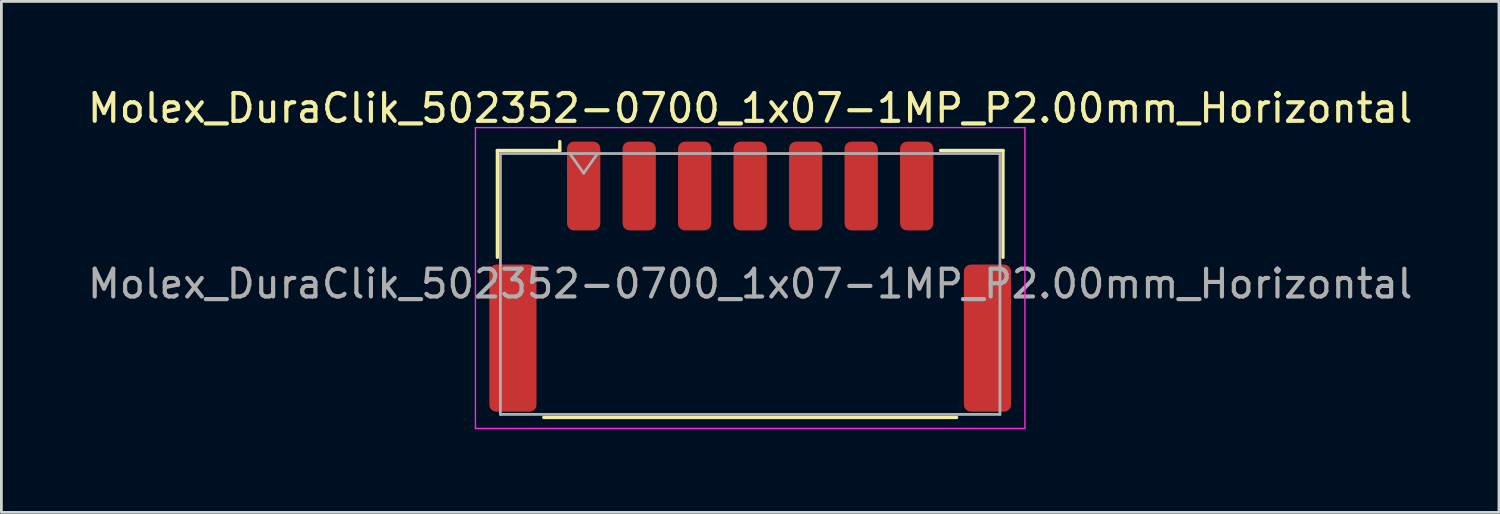
<source format=kicad_pcb>
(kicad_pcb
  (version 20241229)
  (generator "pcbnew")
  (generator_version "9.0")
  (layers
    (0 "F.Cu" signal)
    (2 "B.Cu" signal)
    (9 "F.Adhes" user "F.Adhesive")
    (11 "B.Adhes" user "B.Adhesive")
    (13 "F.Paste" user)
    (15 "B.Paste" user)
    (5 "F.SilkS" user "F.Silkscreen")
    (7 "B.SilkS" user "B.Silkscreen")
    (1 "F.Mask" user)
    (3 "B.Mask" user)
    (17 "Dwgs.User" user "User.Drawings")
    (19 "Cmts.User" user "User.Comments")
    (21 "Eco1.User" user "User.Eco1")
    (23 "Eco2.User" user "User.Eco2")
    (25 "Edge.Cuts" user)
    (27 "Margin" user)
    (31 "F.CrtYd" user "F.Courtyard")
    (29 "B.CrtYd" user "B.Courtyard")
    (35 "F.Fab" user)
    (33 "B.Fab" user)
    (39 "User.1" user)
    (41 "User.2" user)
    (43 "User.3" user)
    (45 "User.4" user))
  (footprint "Molex_DuraClik_502352-0700_1x07-1MP_P2.00mm_Horizontal"
    (layer "F.Cu")
    (at 23.982 6.918)
    (property "Reference" "Molex_DuraClik_502352-0700_1x07-1MP_P2.00mm_Horizontal" (at 0 -6.07 0) (layer "F.SilkS") (effects (font (size 1 1) (thickness 0.15))))
    (attr smd)
    (fp_line (start -9.11 -4.545) (end -6.86 -4.545) (stroke (width 0.12) (type solid)) (layer "F.SilkS"))
    (fp_line (start -9.11 -0.695) (end -9.11 -4.545) (stroke (width 0.12) (type solid)) (layer "F.SilkS"))
    (fp_line (start -7.44 5.075) (end 7.44 5.075) (stroke (width 0.12) (type solid)) (layer "F.SilkS"))
    (fp_line (start -6.86 -4.545) (end -6.86 -4.865) (stroke (width 0.12) (type solid)) (layer "F.SilkS"))
    (fp_line (start 9.11 -4.545) (end 6.86 -4.545) (stroke (width 0.12) (type solid)) (layer "F.SilkS"))
    (fp_line (start 9.11 -0.695) (end 9.11 -4.545) (stroke (width 0.12) (type solid)) (layer "F.SilkS"))
    (fp_line (start -9.9 -5.37) (end -9.9 5.47) (stroke (width 0.05) (type solid)) (layer "F.CrtYd"))
    (fp_line (start -9.9 5.47) (end 9.9 5.47) (stroke (width 0.05) (type solid)) (layer "F.CrtYd"))
    (fp_line (start 9.9 -5.37) (end -9.9 -5.37) (stroke (width 0.05) (type solid)) (layer "F.CrtYd"))
    (fp_line (start 9.9 5.47) (end 9.9 -5.37) (stroke (width 0.05) (type solid)) (layer "F.CrtYd"))
    (fp_line (start -9 -4.435) (end -9 4.965) (stroke (width 0.1) (type solid)) (layer "F.Fab"))
    (fp_line (start -9 -4.435) (end 9 -4.435) (stroke (width 0.1) (type solid)) (layer "F.Fab"))
    (fp_line (start -9 4.965) (end 9 4.965) (stroke (width 0.1) (type solid)) (layer "F.Fab"))
    (fp_line (start -6.5 -4.435) (end -6 -3.728) (stroke (width 0.1) (type solid)) (layer "F.Fab"))
    (fp_line (start -6 -3.728) (end -5.5 -4.435) (stroke (width 0.1) (type solid)) (layer "F.Fab"))
    (fp_line (start 9 -4.435) (end 9 4.965) (stroke (width 0.1) (type solid)) (layer "F.Fab"))
    (fp_text user "${REFERENCE}" (at 0 0.26 0) (layer "F.Fab") (effects (font (size 1 1) (thickness 0.15))))
    (pad "1" smd roundrect (at -6 -3.265) (size 1.2 3.2) (layers "F.Cu" "F.Mask" "F.Paste") (roundrect_rratio 0.208))
    (pad "2" smd roundrect (at -4 -3.265) (size 1.2 3.2) (layers "F.Cu" "F.Mask" "F.Paste") (roundrect_rratio 0.208))
    (pad "3" smd roundrect (at -2 -3.265) (size 1.2 3.2) (layers "F.Cu" "F.Mask" "F.Paste") (roundrect_rratio 0.208))
    (pad "4" smd roundrect (at 0 -3.265) (size 1.2 3.2) (layers "F.Cu" "F.Mask" "F.Paste") (roundrect_rratio 0.208))
    (pad "5" smd roundrect (at 2 -3.265) (size 1.2 3.2) (layers "F.Cu" "F.Mask" "F.Paste") (roundrect_rratio 0.208))
    (pad "6" smd roundrect (at 4 -3.265) (size 1.2 3.2) (layers "F.Cu" "F.Mask" "F.Paste") (roundrect_rratio 0.208))
    (pad "7" smd roundrect (at 6 -3.265) (size 1.2 3.2) (layers "F.Cu" "F.Mask" "F.Paste") (roundrect_rratio 0.208))
    (pad "MP" smd roundrect (at -8.55 2.215) (size 1.7 5.3) (layers "F.Cu" "F.Mask" "F.Paste") (roundrect_rratio 0.147))
    (pad "MP" smd roundrect (at 8.55 2.215) (size 1.7 5.3) (layers "F.Cu" "F.Mask" "F.Paste") (roundrect_rratio 0.147)))
  (gr_rect
    (start -3 -3)
    (end 50.964 15.413)
    (stroke (width 0.1) (type default))
    (fill no)
    (layer "Edge.Cuts")))
</source>
